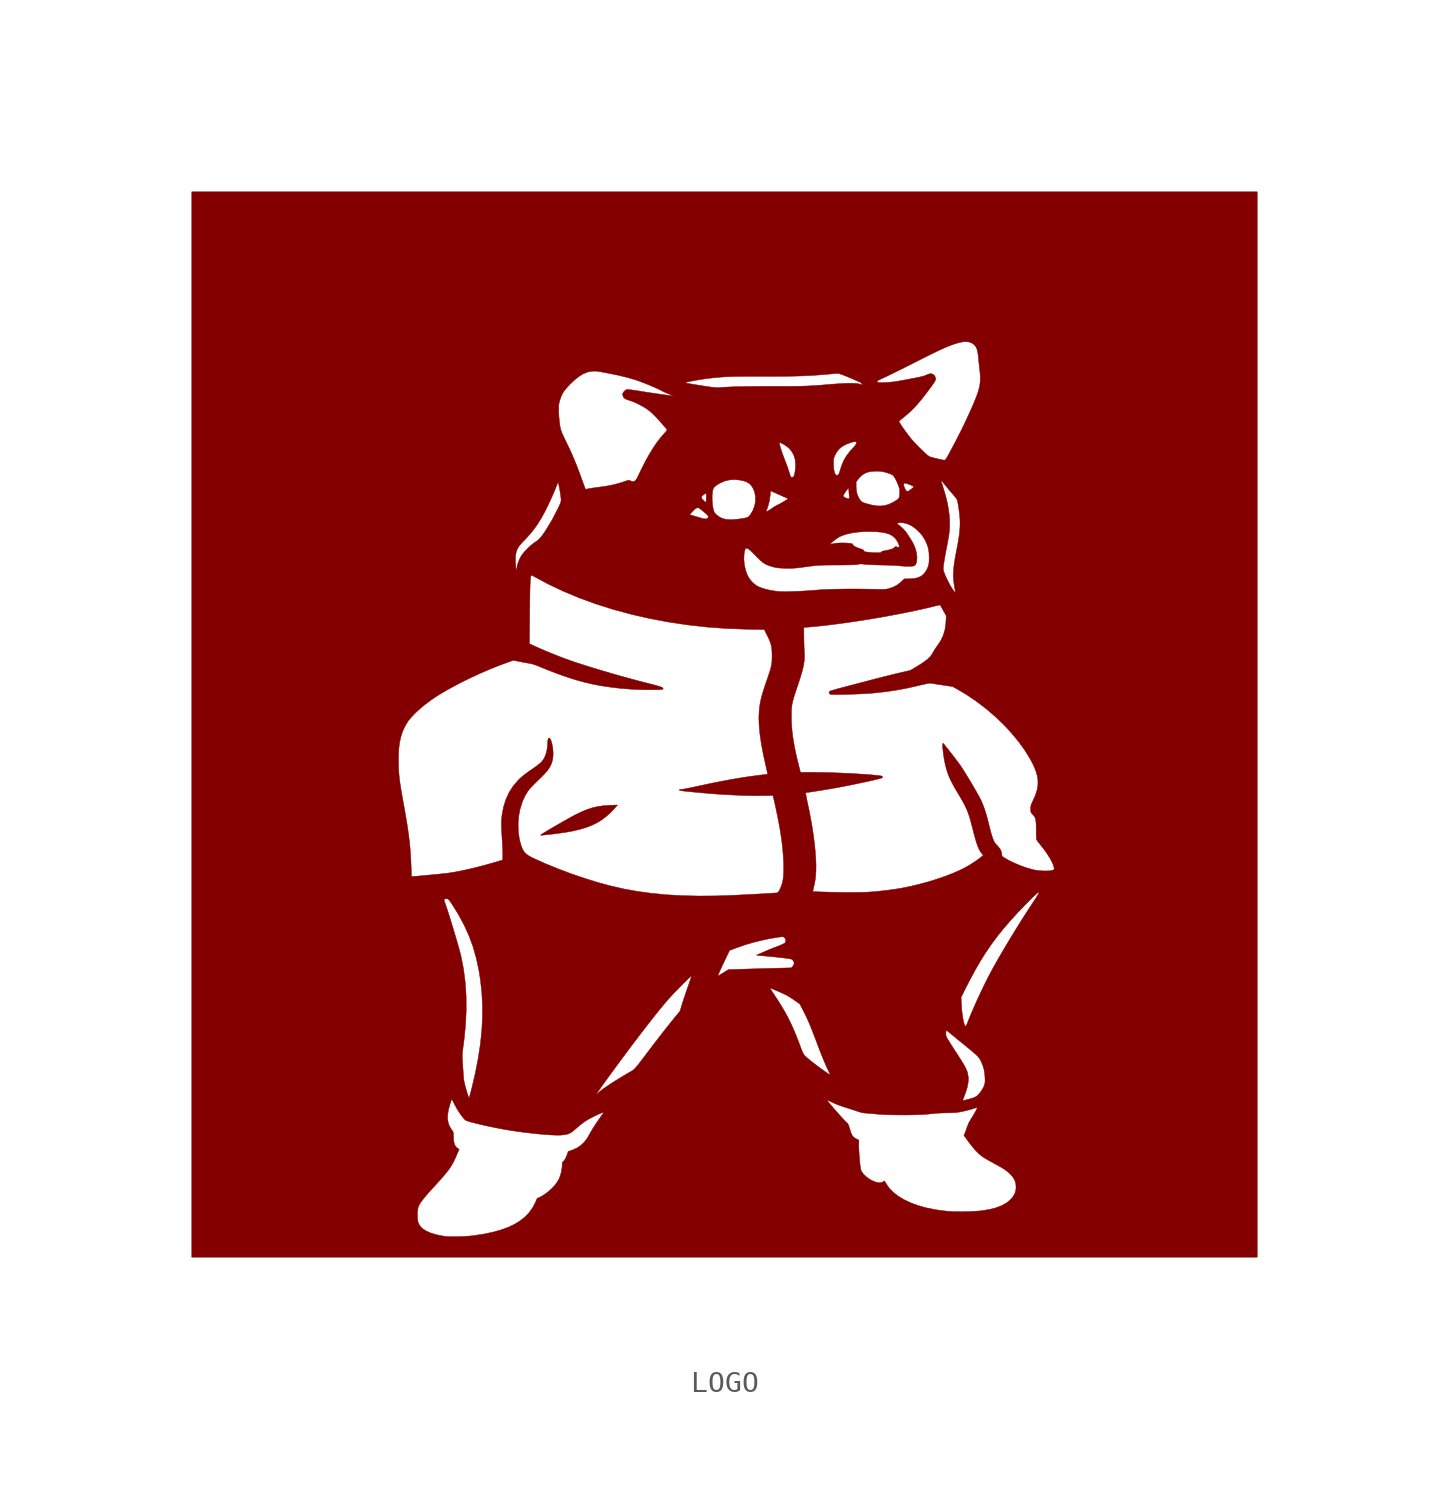
<source format=kicad_sym>
(kicad_symbol_lib
  (version 20220914)
  (generator bitmap2component)
  (symbol "LOGO"
    (pin_names
      (offset 1.016))
    (property "Reference" "#G"
      (at 0 24.374 0)
      (effects (font (size 1.27 1.27)) hide))
    (symbol "LOGO_0_0"
      (polyline (pts (xy 25.009 0) (xy 25.009 25.009) (xy 0 25.009) (xy -25.009 25.009) (xy -25.009 14.849) (xy -7.788 14.849) (xy -7.786 14.943) (xy -7.778 15.021) (xy -7.764 15.095) (xy -7.744 15.177) (xy -7.73 15.225) (xy -7.672 15.398) (xy -7.603 15.543) (xy -7.513 15.679) (xy -7.393 15.822) (xy -7.247 15.978) (xy -7.033 16.181) (xy -6.83 16.342) (xy -6.635 16.461) (xy -6.443 16.541) (xy -6.25 16.584) (xy -6.054 16.591) (xy -5.849 16.565) (xy -5.839 16.563) (xy -5.753 16.546) (xy -5.635 16.523) (xy -5.499 16.498) (xy -5.361 16.472) (xy -4.956 16.389) (xy -4.547 16.288) (xy -4.169 16.177) (xy -4.13 16.164) (xy -3.969 16.107) (xy -3.817 16.049) (xy -1.838 16.049) (xy -1.831 16.054) (xy -1.782 16.07) (xy -1.696 16.091) (xy -1.579 16.115) (xy -1.44 16.142) (xy -1.287 16.169) (xy -1.127 16.196) (xy -0.968 16.22) (xy -0.818 16.241) (xy -0.761 16.248) (xy -0.58 16.27) (xy -0.406 16.288) (xy -0.234 16.303) (xy -0.059 16.316) (xy 0.126 16.326) (xy 0.326 16.333) (xy 0.546 16.339) (xy 0.792 16.343) (xy 1.071 16.345) (xy 1.387 16.345) (xy 1.746 16.344) (xy 1.841 16.344) (xy 2.245 16.344) (xy 2.608 16.345) (xy 2.935 16.348) (xy 3.234 16.354) (xy 3.51 16.361) (xy 3.77 16.37) (xy 4.02 16.383) (xy 4.266 16.398) (xy 4.514 16.416) (xy 4.771 16.437) (xy 5.336 16.486) (xy 5.495 16.433) (xy 5.51 16.428) (xy 5.6 16.395) (xy 5.718 16.348) (xy 5.851 16.294) (xy 5.984 16.237) (xy 6.031 16.216) (xy 6.148 16.165) (xy 6.231 16.129) (xy 7.159 16.129) (xy 7.174 16.137) (xy 7.228 16.163) (xy 7.313 16.204) (xy 7.422 16.255) (xy 7.547 16.313) (xy 7.579 16.328) (xy 7.697 16.385) (xy 7.851 16.459) (xy 8.03 16.548) (xy 8.23 16.647) (xy 8.443 16.753) (xy 8.661 16.863) (xy 8.878 16.972) (xy 9.083 17.076) (xy 9.367 17.219) (xy 9.614 17.343) (xy 9.83 17.449) (xy 10.017 17.539) (xy 10.18 17.615) (xy 10.323 17.68) (xy 10.451 17.735) (xy 10.567 17.781) (xy 10.676 17.822) (xy 10.781 17.859) (xy 10.789 17.861) (xy 11.002 17.925) (xy 11.181 17.962) (xy 11.333 17.974) (xy 11.464 17.96) (xy 11.582 17.921) (xy 11.667 17.874) (xy 11.751 17.802) (xy 11.815 17.709) (xy 11.863 17.587) (xy 11.896 17.43) (xy 11.92 17.23) (xy 11.931 17.114) (xy 11.947 16.954) (xy 11.966 16.786) (xy 11.983 16.632) (xy 12.002 16.441) (xy 12.01 16.256) (xy 12.004 16.083) (xy 11.981 15.913) (xy 11.942 15.737) (xy 11.883 15.546) (xy 11.802 15.33) (xy 11.7 15.081) (xy 11.575 14.793) (xy 11.35 14.3) (xy 11.109 13.801) (xy 10.846 13.285) (xy 10.557 12.743) (xy 10.524 12.683) (xy 10.46 12.569) (xy 10.411 12.49) (xy 10.375 12.441) (xy 10.346 12.416) (xy 10.322 12.409) (xy 10.28 12.415) (xy 10.196 12.431) (xy 10.088 12.454) (xy 9.969 12.482) (xy 9.85 12.512) (xy 9.743 12.54) (xy 9.66 12.565) (xy 9.614 12.582) (xy 9.565 12.615) (xy 9.488 12.679) (xy 9.391 12.767) (xy 9.28 12.871) (xy 9.163 12.985) (xy 9.046 13.103) (xy 8.936 13.218) (xy 8.839 13.323) (xy 8.763 13.412) (xy 8.733 13.45) (xy 8.636 13.575) (xy 8.539 13.704) (xy 8.446 13.832) (xy 8.361 13.953) (xy 8.289 14.06) (xy 8.234 14.147) (xy 8.2 14.208) (xy 8.192 14.236) (xy 8.193 14.237) (xy 8.219 14.262) (xy 8.274 14.31) (xy 8.352 14.375) (xy 8.445 14.45) (xy 8.484 14.481) (xy 8.686 14.656) (xy 8.881 14.845) (xy 9.076 15.058) (xy 9.278 15.3) (xy 9.494 15.579) (xy 9.559 15.666) (xy 9.655 15.796) (xy 9.74 15.912) (xy 9.809 16.009) (xy 9.858 16.078) (xy 9.882 16.116) (xy 9.912 16.203) (xy 9.903 16.3) (xy 9.846 16.392) (xy 9.784 16.445) (xy 9.7 16.47) (xy 9.598 16.457) (xy 9.472 16.406) (xy 9.457 16.399) (xy 9.417 16.382) (xy 9.368 16.365) (xy 9.306 16.347) (xy 9.226 16.327) (xy 9.124 16.304) (xy 8.996 16.278) (xy 8.837 16.247) (xy 8.643 16.21) (xy 8.41 16.167) (xy 8.133 16.116) (xy 8.02 16.099) (xy 7.864 16.08) (xy 7.699 16.064) (xy 7.546 16.054) (xy 7.474 16.051) (xy 7.36 16.047) (xy 7.282 16.048) (xy 7.232 16.053) (xy 7.202 16.064) (xy 7.183 16.08) (xy 7.164 16.106) (xy 7.159 16.129) (xy 6.231 16.129) (xy 6.25 16.12) (xy 6.326 16.088) (xy 6.367 16.07) (xy 6.379 16.064) (xy 6.415 16.033) (xy 6.45 15.995) (xy 6.471 15.962) (xy 6.467 15.949) (xy 6.456 15.951) (xy 6.409 15.964) (xy 6.34 15.985) (xy 6.328 15.989) (xy 6.216 16.008) (xy 6.058 16.018) (xy 5.857 16.02) (xy 5.616 16.013) (xy 5.336 15.997) (xy 5.019 15.973) (xy 4.894 15.962) (xy 4.67 15.944) (xy 4.469 15.928) (xy 4.285 15.914) (xy 4.111 15.904) (xy 3.942 15.895) (xy 3.769 15.888) (xy 3.587 15.883) (xy 3.39 15.88) (xy 3.17 15.877) (xy 2.92 15.876) (xy 2.635 15.875) (xy 2.308 15.875) (xy 2.127 15.875) (xy 1.844 15.874) (xy 1.565 15.872) (xy 1.296 15.87) (xy 1.044 15.867) (xy 0.814 15.863) (xy 0.615 15.86) (xy 0.451 15.855) (xy 0.33 15.851) (xy 0.297 15.85) (xy 0.138 15.842) (xy -0.011 15.834) (xy -0.138 15.827) (xy -0.235 15.82) (xy -0.293 15.816) (xy -0.358 15.815) (xy -0.459 15.822) (xy -0.58 15.834) (xy -0.708 15.851) (xy -0.816 15.867) (xy -1.082 15.909) (xy -1.303 15.944) (xy -1.483 15.973) (xy -1.622 15.997) (xy -1.725 16.016) (xy -1.794 16.031) (xy -1.83 16.042) (xy -1.838 16.049) (xy -3.817 16.049) (xy -3.788 16.038) (xy -3.597 15.962) (xy -3.408 15.883) (xy -3.232 15.806) (xy -3.079 15.735) (xy -2.962 15.675) (xy -2.934 15.66) (xy -2.817 15.603) (xy -2.683 15.544) (xy -2.558 15.494) (xy -2.489 15.468) (xy -2.428 15.441) (xy -2.403 15.426) (xy -2.418 15.424) (xy -2.463 15.43) (xy -2.55 15.442) (xy -2.668 15.458) (xy -2.806 15.477) (xy -2.955 15.497) (xy -3.046 15.51) (xy -3.249 15.539) (xy -3.467 15.571) (xy -3.682 15.604) (xy -3.871 15.634) (xy -4.015 15.657) (xy -4.165 15.68) (xy -4.299 15.699) (xy -4.406 15.714) (xy -4.475 15.722) (xy -4.553 15.727) (xy -4.606 15.721) (xy -4.649 15.697) (xy -4.701 15.648) (xy -4.726 15.622) (xy -4.775 15.547) (xy -4.782 15.473) (xy -4.75 15.386) (xy -4.733 15.356) (xy -4.699 15.316) (xy -4.65 15.283) (xy -4.574 15.252) (xy -4.461 15.215) (xy -4.31 15.162) (xy -4.099 15.07) (xy -3.885 14.96) (xy -3.686 14.842) (xy -3.633 14.806) (xy -3.515 14.715) (xy -3.388 14.603) (xy -3.248 14.466) (xy -3.092 14.3) (xy -2.916 14.102) (xy -2.715 13.867) (xy -2.708 13.857) (xy -2.7 13.832) (xy -2.712 13.801) (xy -2.748 13.753) (xy -2.814 13.68) (xy -2.833 13.66) (xy -3.01 13.453) (xy -3.183 13.227) (xy -3.201 13.201) (xy 2.575 13.201) (xy 2.575 13.232) (xy 2.583 13.236) (xy 2.628 13.227) (xy 2.698 13.197) (xy 2.783 13.149) (xy 2.874 13.091) (xy 2.961 13.028) (xy 3.034 12.965) (xy 3.151 12.829) (xy 3.253 12.648) (xy 3.315 12.442) (xy 3.33 12.288) (xy 5.117 12.288) (xy 5.119 12.39) (xy 5.126 12.465) (xy 5.141 12.529) (xy 5.168 12.596) (xy 5.209 12.682) (xy 5.271 12.793) (xy 5.38 12.931) (xy 5.516 13.046) (xy 5.687 13.143) (xy 5.898 13.226) (xy 6.027 13.264) (xy 6.126 13.278) (xy 6.184 13.266) (xy 6.202 13.228) (xy 6.178 13.163) (xy 6.113 13.071) (xy 6.008 12.953) (xy 5.882 12.815) (xy 5.729 12.616) (xy 5.607 12.409) (xy 5.508 12.182) (xy 5.424 11.92) (xy 5.419 11.904) (xy 5.391 11.817) (xy 5.364 11.751) (xy 5.343 11.719) (xy 5.28 11.699) (xy 5.225 11.724) (xy 5.18 11.792) (xy 5.147 11.902) (xy 5.125 12.051) (xy 5.118 12.237) (xy 5.117 12.288) (xy 3.33 12.288) (xy 3.338 12.21) (xy 3.322 11.949) (xy 3.314 11.889) (xy 3.296 11.786) (xy 3.276 11.704) (xy 3.258 11.656) (xy 3.211 11.613) (xy 3.156 11.603) (xy 3.11 11.632) (xy 3.106 11.638) (xy 3.086 11.685) (xy 3.06 11.763) (xy 3.032 11.857) (xy 3.027 11.874) (xy 2.994 11.978) (xy 2.948 12.109) (xy 2.896 12.252) (xy 2.841 12.391) (xy 2.813 12.465) (xy 2.756 12.617) (xy 2.702 12.767) (xy 2.655 12.908) (xy 2.617 13.032) (xy 2.589 13.132) (xy 2.575 13.201) (xy -3.201 13.201) (xy -3.353 12.977) (xy -3.523 12.699) (xy -3.697 12.387) (xy -3.876 12.037) (xy -4.065 11.644) (xy -4.127 11.526) (xy -4.19 11.446) (xy -4.256 11.408) (xy -4.332 11.408) (xy -4.422 11.443) (xy -4.456 11.458) (xy -4.492 11.465) (xy -4.538 11.459) (xy -4.606 11.44) (xy -4.708 11.405) (xy -4.887 11.345) (xy -5.16 11.269) (xy -5.445 11.209) (xy -5.761 11.16) (xy -5.82 11.152) (xy -5.965 11.133) (xy -6.1 11.114) (xy -6.212 11.098) (xy -6.289 11.086) (xy -6.356 11.074) (xy -6.431 11.06) (xy -6.476 11.049) (xy -6.499 11.046) (xy -6.53 11.059) (xy -6.541 11.083) (xy -6.565 11.147) (xy -6.601 11.241) (xy -6.644 11.36) (xy -6.693 11.493) (xy -6.818 11.835) (xy -6.939 12.152) (xy -7.056 12.44) (xy -7.171 12.71) (xy -7.29 12.971) (xy -7.417 13.234) (xy -7.435 13.272) (xy -7.515 13.436) (xy -7.577 13.567) (xy -7.623 13.672) (xy -7.658 13.761) (xy -7.683 13.84) (xy -7.703 13.918) (xy -7.721 14.003) (xy -7.723 14.018) (xy -7.742 14.144) (xy -7.759 14.298) (xy -7.773 14.461) (xy -7.782 14.617) (xy -7.786 14.728) (xy -7.788 14.849) (xy -25.009 14.849) (xy -25.009 7.814) (xy -9.816 7.814) (xy -9.809 7.924) (xy -9.794 8.021) (xy -9.77 8.114) (xy -9.764 8.132) (xy -9.732 8.218) (xy -9.693 8.297) (xy -9.64 8.378) (xy -9.567 8.469) (xy -9.47 8.576) (xy -9.342 8.708) (xy -9.29 8.763) (xy -9.095 8.978) (xy -8.918 9.202) (xy -8.751 9.444) (xy -8.586 9.715) (xy -8.417 10.023) (xy -8.403 10.051) (xy -8.304 10.25) (xy -8.197 10.475) (xy -8.092 10.709) (xy -7.994 10.936) (xy -7.912 11.137) (xy -7.895 11.182) (xy -7.859 11.269) (xy -7.831 11.334) (xy -7.815 11.364) (xy -7.812 11.363) (xy -7.799 11.33) (xy -7.782 11.261) (xy -7.762 11.166) (xy -7.741 11.054) (xy -7.72 10.934) (xy -7.701 10.814) (xy -7.686 10.703) (xy -7.682 10.672) (xy -1.084 10.672) (xy -1.058 10.721) (xy -0.993 10.777) (xy -0.959 10.803) (xy -0.906 10.839) (xy -0.875 10.847) (xy -0.86 10.822) (xy -0.855 10.758) (xy -0.855 10.65) (xy -0.855 10.6) (xy -0.858 10.542) (xy -0.58 10.542) (xy -0.58 10.741) (xy -0.564 10.917) (xy -0.555 10.972) (xy -0.535 11.054) (xy -0.504 11.117) (xy -0.453 11.173) (xy -0.376 11.231) (xy -0.263 11.302) (xy -0.222 11.326) (xy 0.003 11.428) (xy 0.24 11.485) (xy 0.492 11.498) (xy 0.765 11.468) (xy 0.852 11.45) (xy 1.018 11.398) (xy 1.027 11.393) (xy 6.179 11.393) (xy 6.29 11.535) (xy 6.396 11.653) (xy 6.537 11.764) (xy 6.698 11.838) (xy 6.885 11.88) (xy 7.105 11.893) (xy 7.178 11.893) (xy 7.323 11.885) (xy 7.45 11.866) (xy 7.581 11.833) (xy 7.736 11.781) (xy 7.782 11.765) (xy 7.858 11.732) (xy 7.91 11.698) (xy 7.952 11.649) (xy 8 11.575) (xy 8.006 11.563) (xy 8.057 11.467) (xy 10.165 11.467) (xy 10.165 11.467) (xy 10.184 11.449) (xy 10.228 11.401) (xy 10.288 11.328) (xy 10.361 11.239) (xy 10.423 11.162) (xy 10.527 11.036) (xy 10.633 10.911) (xy 10.723 10.807) (xy 10.777 10.745) (xy 10.845 10.663) (xy 10.895 10.596) (xy 10.92 10.554) (xy 10.925 10.541) (xy 10.944 10.463) (xy 10.966 10.35) (xy 10.988 10.212) (xy 11.01 10.06) (xy 11.029 9.905) (xy 11.044 9.757) (xy 11.054 9.626) (xy 11.059 9.478) (xy 11.055 9.284) (xy 11.04 9.076) (xy 11.013 8.847) (xy 10.972 8.588) (xy 10.917 8.292) (xy 10.901 8.212) (xy 10.848 7.929) (xy 10.806 7.685) (xy 10.775 7.472) (xy 10.755 7.285) (xy 10.745 7.115) (xy 10.744 6.957) (xy 10.753 6.804) (xy 10.77 6.648) (xy 10.795 6.483) (xy 10.795 6.482) (xy 10.814 6.371) (xy 10.828 6.278) (xy 10.836 6.214) (xy 10.838 6.189) (xy 10.837 6.189) (xy 10.818 6.207) (xy 10.779 6.254) (xy 10.727 6.321) (xy 10.716 6.337) (xy 10.65 6.44) (xy 10.573 6.572) (xy 10.495 6.722) (xy 10.419 6.875) (xy 10.355 7.019) (xy 10.308 7.141) (xy 10.3 7.162) (xy 10.281 7.224) (xy 10.272 7.279) (xy 10.271 7.342) (xy 10.278 7.425) (xy 10.293 7.543) (xy 10.308 7.643) (xy 10.331 7.785) (xy 10.36 7.949) (xy 10.392 8.122) (xy 10.425 8.292) (xy 10.443 8.381) (xy 10.488 8.617) (xy 10.522 8.817) (xy 10.547 8.991) (xy 10.563 9.147) (xy 10.571 9.294) (xy 10.572 9.441) (xy 10.568 9.596) (xy 10.553 9.822) (xy 10.512 10.136) (xy 10.449 10.464) (xy 10.36 10.814) (xy 10.243 11.194) (xy 10.212 11.291) (xy 10.185 11.38) (xy 10.168 11.442) (xy 10.165 11.467) (xy 8.057 11.467) (xy 8.059 11.464) (xy 8.115 11.345) (xy 8.147 11.264) (xy 8.41 11.264) (xy 8.423 11.316) (xy 8.468 11.332) (xy 8.491 11.329) (xy 8.553 11.312) (xy 8.634 11.283) (xy 8.721 11.25) (xy 8.8 11.216) (xy 8.859 11.186) (xy 8.884 11.167) (xy 8.884 11.167) (xy 8.87 11.141) (xy 8.825 11.097) (xy 8.76 11.043) (xy 8.691 10.993) (xy 8.629 10.956) (xy 8.592 10.942) (xy 8.544 10.961) (xy 8.492 11.028) (xy 8.44 11.144) (xy 8.428 11.177) (xy 8.41 11.264) (xy 8.147 11.264) (xy 8.162 11.229) (xy 8.175 11.19) (xy 8.207 11.094) (xy 8.223 11.016) (xy 8.227 10.935) (xy 8.223 10.832) (xy 8.219 10.772) (xy 8.21 10.694) (xy 8.195 10.643) (xy 8.171 10.607) (xy 8.131 10.57) (xy 8.099 10.545) (xy 7.985 10.472) (xy 7.848 10.399) (xy 7.708 10.337) (xy 7.582 10.295) (xy 7.506 10.278) (xy 7.325 10.259) (xy 7.128 10.267) (xy 6.908 10.305) (xy 6.657 10.372) (xy 6.578 10.397) (xy 6.499 10.427) (xy 6.445 10.456) (xy 6.404 10.493) (xy 6.364 10.545) (xy 6.307 10.634) (xy 6.234 10.791) (xy 6.194 10.962) (xy 6.18 11.161) (xy 6.179 11.393) (xy 1.027 11.393) (xy 1.148 11.326) (xy 1.252 11.227) (xy 1.337 11.097) (xy 1.408 10.927) (xy 1.452 10.712) (xy 1.454 10.488) (xy 1.414 10.264) (xy 1.332 10.047) (xy 1.306 10.003) (xy 1.959 10.003) (xy 1.965 10.031) (xy 2.038 10.232) (xy 2.108 10.494) (xy 2.141 10.733) (xy 2.146 10.794) (xy 2.154 10.883) (xy 2.162 10.943) (xy 2.169 10.966) (xy 2.192 10.957) (xy 2.252 10.932) (xy 2.337 10.894) (xy 2.44 10.848) (xy 2.526 10.809) (xy 2.648 10.755) (xy 2.708 10.729) (xy 5.568 10.729) (xy 5.575 10.751) (xy 5.604 10.805) (xy 5.648 10.876) (xy 5.699 10.951) (xy 5.748 11.02) (xy 5.789 11.069) (xy 5.813 11.088) (xy 5.815 11.088) (xy 5.831 11.063) (xy 5.837 11.009) (xy 5.839 10.954) (xy 5.845 10.863) (xy 5.853 10.764) (xy 5.857 10.721) (xy 5.862 10.652) (xy 5.857 10.616) (xy 5.841 10.602) (xy 5.81 10.601) (xy 5.776 10.605) (xy 5.709 10.628) (xy 5.641 10.662) (xy 5.589 10.698) (xy 5.568 10.729) (xy 2.708 10.729) (xy 2.757 10.707) (xy 2.839 10.672) (xy 2.905 10.643) (xy 2.959 10.615) (xy 2.98 10.596) (xy 2.96 10.576) (xy 2.905 10.538) (xy 2.823 10.487) (xy 2.721 10.428) (xy 2.608 10.367) (xy 2.491 10.307) (xy 2.408 10.262) (xy 2.297 10.196) (xy 2.205 10.133) (xy 2.14 10.087) (xy 2.066 10.04) (xy 2.013 10.013) (xy 1.98 10.002) (xy 1.959 10.003) (xy 1.306 10.003) (xy 1.21 9.844) (xy 1.195 9.825) (xy 1.154 9.777) (xy 1.107 9.742) (xy 1.047 9.714) (xy 0.964 9.692) (xy 0.85 9.671) (xy 0.696 9.649) (xy 0.59 9.636) (xy 0.367 9.617) (xy 0.179 9.619) (xy 0.017 9.642) (xy -0.125 9.687) (xy -0.256 9.757) (xy -0.382 9.853) (xy -0.413 9.881) (xy -0.462 9.937) (xy -0.495 10.006) (xy -0.525 10.104) (xy -0.538 10.159) (xy -0.566 10.341) (xy -0.58 10.542) (xy -0.858 10.542) (xy -0.859 10.512) (xy -0.866 10.451) (xy -0.874 10.429) (xy -0.894 10.44) (xy -0.939 10.478) (xy -0.997 10.534) (xy -1.014 10.552) (xy -1.069 10.619) (xy -1.084 10.672) (xy -7.682 10.672) (xy -7.676 10.612) (xy -7.673 10.563) (xy -7.674 10.507) (xy -7.683 10.453) (xy -7.705 10.388) (xy -7.742 10.302) (xy -7.797 10.183) (xy -7.818 10.139) (xy -7.968 9.85) (xy -1.636 9.85) (xy -1.505 9.999) (xy -1.433 10.073) (xy -1.357 10.137) (xy -1.298 10.169) (xy -1.268 10.176) (xy -1.232 10.174) (xy -1.19 10.155) (xy -1.133 10.115) (xy -1.048 10.047) (xy -0.948 9.964) (xy -0.856 9.886) (xy -0.796 9.827) (xy -0.764 9.783) (xy -0.756 9.748) (xy -0.767 9.718) (xy -0.795 9.685) (xy -0.829 9.662) (xy -0.893 9.651) (xy -0.984 9.662) (xy -1.111 9.695) (xy -1.211 9.726) (xy -1.331 9.761) (xy -1.447 9.795) (xy -1.636 9.85) (xy -7.968 9.85) (xy -8.091 9.612) (xy -8.388 9.122) (xy -8.406 9.093) (xy -8.502 8.951) (xy -8.582 8.841) (xy -8.655 8.754) (xy -8.726 8.684) (xy -8.805 8.62) (xy -8.898 8.555) (xy -8.97 8.504) (xy -9.015 8.467) (xy 4.983 8.467) (xy 4.991 8.493) (xy 5.032 8.539) (xy 5.096 8.598) (xy 5.176 8.663) (xy 5.264 8.727) (xy 5.351 8.784) (xy 5.429 8.827) (xy 5.52 8.867) (xy 5.754 8.943) (xy 6.025 9.001) (xy 6.329 9.039) (xy 6.658 9.057) (xy 7.009 9.054) (xy 7.081 9.051) (xy 7.334 9.031) (xy 7.545 8.995) (xy 7.72 8.943) (xy 7.864 8.87) (xy 7.982 8.776) (xy 8.079 8.657) (xy 8.16 8.511) (xy 8.17 8.489) (xy 8.195 8.416) (xy 8.206 8.361) (xy 8.206 8.348) (xy 8.198 8.324) (xy 8.169 8.32) (xy 8.107 8.334) (xy 8.097 8.337) (xy 8.036 8.348) (xy 8 8.339) (xy 7.971 8.308) (xy 7.934 8.274) (xy 7.842 8.232) (xy 7.702 8.193) (xy 7.516 8.156) (xy 7.443 8.141) (xy 7.374 8.118) (xy 7.351 8.094) (xy 7.346 8.08) (xy 7.316 8.068) (xy 7.253 8.063) (xy 7.15 8.063) (xy 7.129 8.064) (xy 7.025 8.067) (xy 6.934 8.071) (xy 6.875 8.076) (xy 6.846 8.079) (xy 6.764 8.088) (xy 6.674 8.098) (xy 6.667 8.099) (xy 6.593 8.111) (xy 6.555 8.128) (xy 6.545 8.156) (xy 6.538 8.177) (xy 6.506 8.202) (xy 6.441 8.231) (xy 6.335 8.266) (xy 6.275 8.286) (xy 6.139 8.344) (xy 6.049 8.407) (xy 6.003 8.476) (xy 5.998 8.482) (xy 5.954 8.497) (xy 5.875 8.509) (xy 5.768 8.517) (xy 5.645 8.522) (xy 5.514 8.524) (xy 5.386 8.521) (xy 5.268 8.515) (xy 5.172 8.505) (xy 5.105 8.49) (xy 5.07 8.479) (xy 5.012 8.465) (xy 4.983 8.466) (xy 4.983 8.467) (xy -9.015 8.467) (xy -9.102 8.396) (xy -9.236 8.271) (xy -9.363 8.141) (xy -9.47 8.015) (xy -9.546 7.905) (xy -9.578 7.849) (xy -9.622 7.758) (xy 0.909 7.758) (xy 0.921 8.005) (xy 0.928 8.052) (xy 0.947 8.16) (xy 0.971 8.233) (xy 1.005 8.273) (xy 1.051 8.278) (xy 1.115 8.248) (xy 1.199 8.182) (xy 1.307 8.081) (xy 1.444 7.943) (xy 1.466 7.92) (xy 1.599 7.786) (xy 1.709 7.683) (xy 1.806 7.604) (xy 1.899 7.543) (xy 1.995 7.495) (xy 2.104 7.452) (xy 2.235 7.411) (xy 2.277 7.399) (xy 2.368 7.376) (xy 2.458 7.359) (xy 2.559 7.348) (xy 2.684 7.34) (xy 2.845 7.334) (xy 2.861 7.334) (xy 2.993 7.331) (xy 3.108 7.331) (xy 3.219 7.335) (xy 3.335 7.344) (xy 3.467 7.357) (xy 3.626 7.377) (xy 3.822 7.403) (xy 3.827 7.404) (xy 3.982 7.425) (xy 4.114 7.442) (xy 4.231 7.455) (xy 4.341 7.466) (xy 4.452 7.473) (xy 4.572 7.479) (xy 4.708 7.482) (xy 4.87 7.484) (xy 5.064 7.486) (xy 5.3 7.487) (xy 5.439 7.487) (xy 5.683 7.489) (xy 5.882 7.493) (xy 6.038 7.497) (xy 6.155 7.503) (xy 6.236 7.511) (xy 6.281 7.52) (xy 6.306 7.527) (xy 6.372 7.537) (xy 6.457 7.535) (xy 6.574 7.521) (xy 6.618 7.516) (xy 6.725 7.508) (xy 6.865 7.501) (xy 7.029 7.494) (xy 7.207 7.489) (xy 7.388 7.485) (xy 7.494 7.484) (xy 7.675 7.479) (xy 7.847 7.473) (xy 7.999 7.466) (xy 8.122 7.459) (xy 8.206 7.451) (xy 8.235 7.448) (xy 8.368 7.436) (xy 8.516 7.428) (xy 8.652 7.425) (xy 8.697 7.425) (xy 8.814 7.431) (xy 8.894 7.447) (xy 8.948 7.48) (xy 8.983 7.533) (xy 9.01 7.612) (xy 9.022 7.66) (xy 9.038 7.847) (xy 9.015 8.052) (xy 8.957 8.268) (xy 8.865 8.487) (xy 8.74 8.703) (xy 8.738 8.705) (xy 8.677 8.798) (xy 8.618 8.89) (xy 8.574 8.96) (xy 8.509 9.052) (xy 8.412 9.163) (xy 8.303 9.268) (xy 8.2 9.348) (xy 8.149 9.385) (xy 8.115 9.422) (xy 8.123 9.448) (xy 8.172 9.467) (xy 8.266 9.478) (xy 8.407 9.466) (xy 8.562 9.427) (xy 8.716 9.365) (xy 8.831 9.299) (xy 9.006 9.167) (xy 9.171 9.007) (xy 9.314 8.828) (xy 9.424 8.645) (xy 9.484 8.514) (xy 9.544 8.353) (xy 9.583 8.196) (xy 9.602 8.027) (xy 9.607 7.828) (xy 9.607 7.739) (xy 9.602 7.625) (xy 9.592 7.537) (xy 9.576 7.463) (xy 9.55 7.388) (xy 9.488 7.25) (xy 9.385 7.097) (xy 9.256 6.981) (xy 9.1 6.901) (xy 8.91 6.855) (xy 8.685 6.839) (xy 8.444 6.838) (xy 8.291 6.695) (xy 8.267 6.673) (xy 8.104 6.547) (xy 7.926 6.452) (xy 7.718 6.381) (xy 7.692 6.375) (xy 7.63 6.361) (xy 7.562 6.352) (xy 7.479 6.347) (xy 7.374 6.345) (xy 7.236 6.346) (xy 7.058 6.349) (xy 6.973 6.351) (xy 6.502 6.359) (xy 6.051 6.362) (xy 5.623 6.36) (xy 5.224 6.353) (xy 4.86 6.342) (xy 4.534 6.326) (xy 4.253 6.305) (xy 4.058 6.289) (xy 3.842 6.275) (xy 3.618 6.262) (xy 3.395 6.252) (xy 3.179 6.244) (xy 2.981 6.238) (xy 2.807 6.236) (xy 2.665 6.238) (xy 2.564 6.243) (xy 2.546 6.244) (xy 2.303 6.275) (xy 2.07 6.319) (xy 1.856 6.374) (xy 1.671 6.438) (xy 1.526 6.508) (xy 1.489 6.531) (xy 1.355 6.636) (xy 1.231 6.765) (xy 1.135 6.898) (xy 1.072 7.021) (xy 0.987 7.252) (xy 0.932 7.503) (xy 0.909 7.758) (xy -9.622 7.758) (xy -9.644 7.712) (xy -9.697 7.575) (xy -9.732 7.45) (xy -9.745 7.352) (xy -9.747 7.292) (xy -9.755 7.249) (xy -9.766 7.247) (xy -9.779 7.284) (xy -9.792 7.354) (xy -9.802 7.454) (xy -9.806 7.508) (xy -9.815 7.678) (xy -9.816 7.814) (xy -25.009 7.814) (xy -25.009 0) (xy -25.009 -1.513) (xy -15.308 -1.513) (xy -15.293 -1.174) (xy -15.257 -0.87) (xy -15.199 -0.595) (xy -15.118 -0.343) (xy -15.013 -0.108) (xy -14.883 0.115) (xy -14.828 0.192) (xy -14.685 0.364) (xy -14.507 0.548) (xy -14.298 0.739) (xy -14.066 0.932) (xy -13.816 1.12) (xy -13.555 1.299) (xy -13.454 1.364) (xy -13.109 1.571) (xy -12.729 1.783) (xy -12.32 1.996) (xy -11.894 2.205) (xy -11.457 2.406) (xy -11.02 2.595) (xy -10.589 2.768) (xy -10.176 2.92) (xy -9.911 3.013) (xy -9.59 2.948) (xy -9.582 2.946) (xy -9.449 2.921) (xy -9.32 2.897) (xy -9.21 2.878) (xy -9.134 2.867) (xy -9.133 2.867) (xy -9.055 2.85) (xy -8.945 2.817) (xy -8.817 2.771) (xy -8.682 2.718) (xy -8.392 2.598) (xy -7.914 2.411) (xy -7.464 2.25) (xy -7.033 2.111) (xy -6.615 1.994) (xy -6.2 1.896) (xy -5.783 1.816) (xy -5.354 1.752) (xy -4.907 1.7) (xy -4.433 1.661) (xy -4.368 1.657) (xy -4.187 1.647) (xy -3.997 1.639) (xy -3.803 1.634) (xy -3.612 1.63) (xy -3.432 1.629) (xy -3.267 1.63) (xy -3.126 1.633) (xy -3.013 1.638) (xy -2.937 1.646) (xy -2.902 1.655) (xy -2.898 1.66) (xy -2.883 1.683) (xy -2.884 1.704) (xy -2.905 1.726) (xy -2.951 1.75) (xy -3.024 1.778) (xy -3.13 1.81) (xy -3.271 1.85) (xy -3.452 1.897) (xy -3.676 1.954) (xy -3.819 1.99) (xy -4.27 2.108) (xy -4.747 2.239) (xy -5.236 2.378) (xy -5.727 2.522) (xy -6.207 2.667) (xy -6.662 2.81) (xy -7.083 2.947) (xy -7.198 2.987) (xy -7.472 3.085) (xy -7.769 3.198) (xy -8.078 3.321) (xy -8.384 3.447) (xy -8.676 3.572) (xy -8.939 3.69) (xy -9.16 3.793) (xy -9.147 5.273) (xy -9.146 5.351) (xy -9.143 5.686) (xy -9.139 5.976) (xy -9.135 6.223) (xy -9.13 6.431) (xy -9.124 6.601) (xy -9.117 6.738) (xy -9.109 6.843) (xy -9.1 6.92) (xy -9.089 6.972) (xy -9.077 7) (xy -9.063 7.009) (xy -9.063 7.009) (xy -9.032 6.996) (xy -8.969 6.964) (xy -8.881 6.917) (xy -8.778 6.86) (xy -8.276 6.593) (xy -7.562 6.254) (xy -6.812 5.941) (xy -6.03 5.657) (xy -5.218 5.401) (xy -4.38 5.174) (xy -3.519 4.977) (xy -2.638 4.811) (xy -1.742 4.677) (xy -0.832 4.575) (xy 0.088 4.507) (xy 1.014 4.473) (xy 1.868 4.457) (xy 2.008 4.176) (xy 2.018 4.156) (xy 2.098 3.987) (xy 2.156 3.844) (xy 2.194 3.71) (xy 2.218 3.572) (xy 2.229 3.415) (xy 2.233 3.224) (xy 2.233 3.21) (xy 2.231 3.087) (xy 2.227 2.978) (xy 2.218 2.878) (xy 2.202 2.778) (xy 2.178 2.67) (xy 2.144 2.547) (xy 2.098 2.401) (xy 2.039 2.224) (xy 1.964 2.009) (xy 1.887 1.783) (xy 1.814 1.555) (xy 1.756 1.356) (xy 1.71 1.177) (xy 1.675 1.008) (xy 1.648 0.843) (xy 1.627 0.653) (xy 1.617 0.411) (xy 3.139 0.411) (xy 3.14 0.555) (xy 3.144 0.679) (xy 3.152 0.792) (xy 3.165 0.9) (xy 3.186 1.011) (xy 3.215 1.132) (xy 3.254 1.269) (xy 3.304 1.432) (xy 3.368 1.625) (xy 3.445 1.858) (xy 3.492 1.999) (xy 3.572 2.249) (xy 3.635 2.464) (xy 3.684 2.652) (xy 3.719 2.82) (xy 3.741 2.975) (xy 3.752 3.124) (xy 3.754 3.273) (xy 3.747 3.432) (xy 3.745 3.468) (xy 3.738 3.622) (xy 3.732 3.8) (xy 3.728 3.983) (xy 3.726 4.152) (xy 3.724 4.555) (xy 3.944 4.573) (xy 4.223 4.597) (xy 4.69 4.646) (xy 5.191 4.707) (xy 5.717 4.777) (xy 6.261 4.858) (xy 6.814 4.945) (xy 7.369 5.04) (xy 7.916 5.139) (xy 8.449 5.242) (xy 8.958 5.347) (xy 9.437 5.453) (xy 9.876 5.559) (xy 9.948 5.577) (xy 10.037 5.597) (xy 10.099 5.61) (xy 10.123 5.612) (xy 10.137 5.59) (xy 10.169 5.534) (xy 10.215 5.452) (xy 10.271 5.353) (xy 10.411 5.1) (xy 10.397 4.84) (xy 10.39 4.74) (xy 10.348 4.449) (xy 10.271 4.187) (xy 10.157 3.944) (xy 10.003 3.712) (xy 9.985 3.689) (xy 9.908 3.579) (xy 9.835 3.464) (xy 9.779 3.365) (xy 9.731 3.283) (xy 9.653 3.182) (xy 9.55 3.081) (xy 9.417 2.975) (xy 9.249 2.859) (xy 9.041 2.729) (xy 8.731 2.542) (xy 8.194 2.418) (xy 8.162 2.411) (xy 7.989 2.369) (xy 7.784 2.319) (xy 7.556 2.262) (xy 7.319 2.202) (xy 7.084 2.142) (xy 6.863 2.084) (xy 6.82 2.072) (xy 6.594 2.013) (xy 6.356 1.95) (xy 6.119 1.888) (xy 5.893 1.829) (xy 5.691 1.776) (xy 5.524 1.732) (xy 5.438 1.71) (xy 5.287 1.669) (xy 5.156 1.631) (xy 5.05 1.6) (xy 4.976 1.576) (xy 4.944 1.562) (xy 4.942 1.56) (xy 4.911 1.508) (xy 4.922 1.455) (xy 4.972 1.416) (xy 4.981 1.414) (xy 5.037 1.409) (xy 5.133 1.407) (xy 5.263 1.406) (xy 5.42 1.408) (xy 5.598 1.411) (xy 5.79 1.416) (xy 5.989 1.422) (xy 6.19 1.429) (xy 6.386 1.437) (xy 6.569 1.446) (xy 6.735 1.456) (xy 6.877 1.466) (xy 7.146 1.491) (xy 7.644 1.548) (xy 8.129 1.623) (xy 8.619 1.716) (xy 9.132 1.833) (xy 9.177 1.844) (xy 9.324 1.878) (xy 9.455 1.907) (xy 9.561 1.928) (xy 9.635 1.94) (xy 9.67 1.942) (xy 9.674 1.941) (xy 9.72 1.933) (xy 9.804 1.919) (xy 9.918 1.9) (xy 10.056 1.879) (xy 10.209 1.855) (xy 10.71 1.78) (xy 10.953 1.645) (xy 11.365 1.4) (xy 11.823 1.091) (xy 12.267 0.752) (xy 12.691 0.39) (xy 13.092 0.008) (xy 13.463 -0.389) (xy 13.8 -0.795) (xy 14.099 -1.208) (xy 14.353 -1.621) (xy 14.363 -1.638) (xy 14.507 -1.917) (xy 14.614 -2.172) (xy 14.683 -2.409) (xy 14.716 -2.636) (xy 14.712 -2.859) (xy 14.672 -3.084) (xy 14.597 -3.317) (xy 14.487 -3.566) (xy 14.444 -3.654) (xy 14.407 -3.742) (xy 14.385 -3.813) (xy 14.375 -3.881) (xy 14.373 -3.962) (xy 14.373 -3.995) (xy 14.376 -4.072) (xy 14.39 -4.125) (xy 14.421 -4.172) (xy 14.476 -4.23) (xy 14.516 -4.276) (xy 14.561 -4.34) (xy 14.593 -4.414) (xy 14.614 -4.506) (xy 14.627 -4.622) (xy 14.633 -4.772) (xy 14.633 -4.963) (xy 14.633 -5.037) (xy 14.635 -5.167) (xy 14.639 -5.278) (xy 14.644 -5.36) (xy 14.651 -5.403) (xy 14.664 -5.427) (xy 14.705 -5.487) (xy 14.765 -5.566) (xy 14.835 -5.654) (xy 14.853 -5.676) (xy 15.008 -5.874) (xy 15.148 -6.071) (xy 15.268 -6.26) (xy 15.365 -6.436) (xy 15.434 -6.591) (xy 15.472 -6.719) (xy 15.473 -6.725) (xy 15.479 -6.782) (xy 15.46 -6.814) (xy 15.407 -6.841) (xy 15.364 -6.854) (xy 15.263 -6.868) (xy 15.133 -6.874) (xy 14.986 -6.874) (xy 14.833 -6.866) (xy 14.686 -6.851) (xy 14.557 -6.83) (xy 14.417 -6.797) (xy 14.15 -6.717) (xy 13.874 -6.617) (xy 13.603 -6.503) (xy 13.351 -6.38) (xy 13.133 -6.253) (xy 13.089 -6.224) (xy 13.042 -6.184) (xy 13.022 -6.143) (xy 13.017 -6.087) (xy 12.994 -5.956) (xy 12.924 -5.821) (xy 12.811 -5.69) (xy 12.8 -5.679) (xy 12.748 -5.625) (xy 12.702 -5.566) (xy 12.66 -5.498) (xy 12.621 -5.415) (xy 12.582 -5.312) (xy 12.54 -5.182) (xy 12.495 -5.021) (xy 12.444 -4.824) (xy 12.384 -4.584) (xy 12.335 -4.391) (xy 12.266 -4.149) (xy 12.197 -3.937) (xy 12.124 -3.743) (xy 12.042 -3.555) (xy 12.011 -3.493) (xy 11.951 -3.381) (xy 11.873 -3.24) (xy 11.78 -3.077) (xy 11.677 -2.9) (xy 11.568 -2.716) (xy 11.458 -2.532) (xy 11.35 -2.356) (xy 11.25 -2.194) (xy 11.161 -2.053) (xy 11.087 -1.942) (xy 11.06 -1.904) (xy 10.994 -1.814) (xy 10.909 -1.699) (xy 10.809 -1.568) (xy 10.702 -1.428) (xy 10.593 -1.288) (xy 10.489 -1.155) (xy 10.396 -1.038) (xy 10.32 -0.944) (xy 10.267 -0.881) (xy 10.264 -0.879) (xy 10.249 -0.885) (xy 10.242 -0.932) (xy 10.242 -1.014) (xy 10.249 -1.125) (xy 10.262 -1.259) (xy 10.281 -1.408) (xy 10.305 -1.568) (xy 10.334 -1.731) (xy 10.358 -1.85) (xy 10.412 -2.069) (xy 10.477 -2.276) (xy 10.557 -2.482) (xy 10.657 -2.694) (xy 10.781 -2.924) (xy 10.932 -3.182) (xy 10.954 -3.219) (xy 11.084 -3.436) (xy 11.192 -3.624) (xy 11.281 -3.793) (xy 11.357 -3.952) (xy 11.422 -4.11) (xy 11.481 -4.277) (xy 11.538 -4.464) (xy 11.597 -4.679) (xy 11.662 -4.932) (xy 11.713 -5.133) (xy 11.774 -5.356) (xy 11.829 -5.541) (xy 11.882 -5.693) (xy 11.932 -5.817) (xy 11.984 -5.919) (xy 12.039 -6.004) (xy 12.099 -6.077) (xy 12.15 -6.135) (xy 12.053 -6.219) (xy 11.973 -6.283) (xy 11.842 -6.378) (xy 11.689 -6.481) (xy 11.527 -6.584) (xy 11.367 -6.679) (xy 11.222 -6.758) (xy 11.043 -6.845) (xy 10.713 -6.988) (xy 10.35 -7.128) (xy 9.96 -7.262) (xy 9.555 -7.387) (xy 9.141 -7.5) (xy 8.729 -7.598) (xy 8.328 -7.679) (xy 8.133 -7.712) (xy 7.81 -7.76) (xy 7.47 -7.803) (xy 7.133 -7.838) (xy 6.818 -7.864) (xy 6.802 -7.865) (xy 6.626 -7.873) (xy 6.409 -7.879) (xy 6.159 -7.882) (xy 5.883 -7.883) (xy 5.589 -7.882) (xy 5.282 -7.878) (xy 4.972 -7.872) (xy 4.665 -7.863) (xy 4.626 -7.862) (xy 4.478 -7.857) (xy 4.349 -7.852) (xy 4.247 -7.848) (xy 4.178 -7.845) (xy 4.151 -7.843) (xy 4.149 -7.835) (xy 4.155 -7.791) (xy 4.17 -7.715) (xy 4.193 -7.619) (xy 4.196 -7.606) (xy 4.244 -7.381) (xy 4.276 -7.147) (xy 4.294 -6.896) (xy 4.298 -6.622) (xy 4.287 -6.316) (xy 4.262 -5.971) (xy 4.234 -5.678) (xy 4.174 -5.192) (xy 4.095 -4.683) (xy 3.996 -4.146) (xy 3.875 -3.572) (xy 3.858 -3.494) (xy 3.835 -3.377) (xy 3.819 -3.284) (xy 3.812 -3.222) (xy 3.814 -3.199) (xy 3.815 -3.199) (xy 3.857 -3.195) (xy 3.941 -3.184) (xy 4.058 -3.167) (xy 4.201 -3.145) (xy 4.363 -3.12) (xy 4.536 -3.092) (xy 4.714 -3.063) (xy 4.89 -3.033) (xy 5.055 -3.005) (xy 5.202 -2.979) (xy 5.299 -2.961) (xy 5.523 -2.919) (xy 5.755 -2.874) (xy 5.989 -2.827) (xy 6.222 -2.779) (xy 6.448 -2.732) (xy 6.662 -2.686) (xy 6.857 -2.643) (xy 7.031 -2.603) (xy 7.177 -2.568) (xy 7.29 -2.539) (xy 7.366 -2.517) (xy 7.399 -2.503) (xy 7.407 -2.495) (xy 7.423 -2.464) (xy 7.399 -2.431) (xy 7.384 -2.423) (xy 7.321 -2.409) (xy 7.218 -2.395) (xy 7.077 -2.38) (xy 6.905 -2.364) (xy 6.705 -2.348) (xy 6.482 -2.333) (xy 6.242 -2.318) (xy 5.988 -2.303) (xy 5.725 -2.29) (xy 5.459 -2.278) (xy 5.193 -2.268) (xy 4.933 -2.259) (xy 4.683 -2.253) (xy 4.448 -2.249) (xy 4.232 -2.247) (xy 3.568 -2.247) (xy 3.544 -2.155) (xy 3.517 -2.054) (xy 3.412 -1.63) (xy 3.325 -1.243) (xy 3.256 -0.888) (xy 3.204 -0.559) (xy 3.168 -0.25) (xy 3.147 0.044) (xy 3.139 0.33) (xy 3.139 0.411) (xy 1.617 0.411) (xy 1.613 0.326) (xy 1.624 -0.035) (xy 1.661 -0.432) (xy 1.722 -0.866) (xy 1.809 -1.339) (xy 1.921 -1.852) (xy 1.927 -1.878) (xy 1.959 -2.02) (xy 1.987 -2.143) (xy 2.008 -2.241) (xy 2.02 -2.306) (xy 2.023 -2.33) (xy 1.997 -2.335) (xy 1.931 -2.344) (xy 1.831 -2.357) (xy 1.706 -2.373) (xy 1.563 -2.39) (xy 1.558 -2.391) (xy 1.159 -2.444) (xy 0.734 -2.509) (xy 0.277 -2.587) (xy -0.214 -2.68) (xy -0.744 -2.787) (xy -1.316 -2.91) (xy -1.337 -2.914) (xy -1.511 -2.952) (xy -1.671 -2.985) (xy -1.809 -3.012) (xy -1.919 -3.032) (xy -1.994 -3.043) (xy -2.028 -3.046) (xy -2.044 -3.043) (xy -2.089 -3.049) (xy -2.119 -3.069) (xy -2.117 -3.093) (xy -2.117 -3.093) (xy -2.086 -3.101) (xy -2.012 -3.112) (xy -1.9 -3.126) (xy -1.753 -3.142) (xy -1.579 -3.16) (xy -1.38 -3.179) (xy -1.163 -3.199) (xy -0.933 -3.219) (xy -0.694 -3.239) (xy -0.452 -3.259) (xy -0.198 -3.277) (xy 0.113 -3.296) (xy 0.431 -3.312) (xy 0.748 -3.325) (xy 1.054 -3.335) (xy 1.34 -3.341) (xy 1.597 -3.343) (xy 1.814 -3.341) (xy 2.272 -3.33) (xy 2.296 -3.421) (xy 2.297 -3.425) (xy 2.316 -3.503) (xy 2.343 -3.619) (xy 2.375 -3.765) (xy 2.411 -3.93) (xy 2.448 -4.107) (xy 2.485 -4.285) (xy 2.519 -4.457) (xy 2.55 -4.612) (xy 2.575 -4.742) (xy 2.584 -4.793) (xy 2.643 -5.149) (xy 2.692 -5.501) (xy 2.731 -5.844) (xy 2.758 -6.172) (xy 2.775 -6.479) (xy 2.78 -6.761) (xy 2.773 -7.013) (xy 2.755 -7.227) (xy 2.724 -7.4) (xy 2.706 -7.466) (xy 2.664 -7.592) (xy 2.616 -7.708) (xy 2.567 -7.804) (xy 2.52 -7.871) (xy 2.481 -7.9) (xy 2.478 -7.901) (xy 2.429 -7.906) (xy 2.337 -7.913) (xy 2.209 -7.922) (xy 2.05 -7.932) (xy 1.865 -7.943) (xy 1.659 -7.954) (xy 1.44 -7.966) (xy 1.211 -7.978) (xy 0.979 -7.99) (xy 0.749 -8.002) (xy 0.527 -8.012) (xy 0.318 -8.021) (xy 0.129 -8.029) (xy -0.037 -8.035) (xy -0.45 -8.047) (xy -1.243 -8.052) (xy -1.998 -8.034) (xy -2.718 -7.993) (xy -3.408 -7.927) (xy -4.07 -7.837) (xy -4.707 -7.723) (xy -5.324 -7.583) (xy -5.377 -7.57) (xy -5.971 -7.408) (xy -6.586 -7.217) (xy -7.21 -7.003) (xy -7.829 -6.769) (xy -8.43 -6.522) (xy -9 -6.266) (xy -9.028 -6.252) (xy -9.186 -6.168) (xy -9.309 -6.079) (xy -9.405 -5.977) (xy -9.48 -5.854) (xy -9.543 -5.7) (xy -9.599 -5.506) (xy -9.638 -5.33) (xy -9.681 -4.993) (xy -9.689 -4.65) (xy -9.661 -4.31) (xy -9.599 -3.978) (xy -9.504 -3.664) (xy -9.378 -3.373) (xy -9.221 -3.114) (xy -9.174 -3.055) (xy -9.095 -2.966) (xy -8.995 -2.861) (xy -8.883 -2.747) (xy -8.766 -2.634) (xy -8.615 -2.488) (xy -8.462 -2.332) (xy -8.34 -2.194) (xy -8.246 -2.068) (xy -8.175 -1.948) (xy -8.122 -1.827) (xy -8.084 -1.699) (xy -8.057 -1.558) (xy -8.054 -1.538) (xy -8.045 -1.375) (xy -8.055 -1.188) (xy -8.081 -0.995) (xy -8.123 -0.814) (xy -8.127 -0.802) (xy -8.166 -0.7) (xy -8.207 -0.645) (xy -8.244 -0.636) (xy -8.275 -0.673) (xy -8.296 -0.753) (xy -8.304 -0.876) (xy -8.307 -0.964) (xy -8.335 -1.198) (xy -8.392 -1.414) (xy -8.476 -1.602) (xy -8.584 -1.754) (xy -8.622 -1.79) (xy -8.698 -1.853) (xy -8.8 -1.932) (xy -8.918 -2.018) (xy -9.044 -2.105) (xy -9.133 -2.167) (xy -9.271 -2.266) (xy -9.401 -2.365) (xy -9.513 -2.455) (xy -9.596 -2.528) (xy -9.692 -2.623) (xy -9.923 -2.895) (xy -10.113 -3.192) (xy -10.262 -3.516) (xy -10.373 -3.868) (xy -10.445 -4.25) (xy -10.446 -4.261) (xy -10.457 -4.354) (xy -10.465 -4.445) (xy -10.47 -4.541) (xy -10.472 -4.648) (xy -10.47 -4.773) (xy -10.465 -4.92) (xy -10.457 -5.098) (xy -10.445 -5.312) (xy -10.429 -5.568) (xy -10.422 -5.693) (xy -10.415 -5.849) (xy -10.41 -5.991) (xy -10.408 -6.109) (xy -10.409 -6.19) (xy -10.416 -6.359) (xy -10.685 -6.441) (xy -10.894 -6.503) (xy -11.271 -6.608) (xy -11.646 -6.706) (xy -12.008 -6.793) (xy -12.352 -6.867) (xy -12.666 -6.928) (xy -12.944 -6.971) (xy -13.008 -6.98) (xy -13.129 -6.994) (xy -13.278 -7.01) (xy -13.448 -7.028) (xy -13.63 -7.046) (xy -13.817 -7.064) (xy -14.001 -7.082) (xy -14.175 -7.098) (xy -14.331 -7.111) (xy -14.462 -7.122) (xy -14.559 -7.129) (xy -14.615 -7.131) (xy -14.695 -7.131) (xy -14.711 -6.674) (xy -14.713 -6.635) (xy -14.726 -6.333) (xy -14.742 -6.048) (xy -14.764 -5.772) (xy -14.791 -5.496) (xy -14.825 -5.213) (xy -14.867 -4.915) (xy -14.916 -4.593) (xy -14.976 -4.239) (xy -15.046 -3.847) (xy -15.064 -3.748) (xy -15.115 -3.465) (xy -15.158 -3.222) (xy -15.193 -3.013) (xy -15.222 -2.832) (xy -15.245 -2.673) (xy -15.263 -2.53) (xy -15.277 -2.396) (xy -15.287 -2.267) (xy -15.295 -2.135) (xy -15.301 -1.995) (xy -15.306 -1.841) (xy -15.308 -1.513) (xy -25.009 -1.513) (xy -25.009 -8.231) (xy -13.163 -8.231) (xy -13.151 -8.198) (xy -13.111 -8.184) (xy -13.041 -8.182) (xy -13.017 -8.183) (xy -12.988 -8.192) (xy -12.958 -8.212) (xy -12.922 -8.25) (xy -12.877 -8.31) (xy -12.818 -8.397) (xy -12.742 -8.515) (xy -12.644 -8.67) (xy -12.495 -8.916) (xy -12.222 -9.419) (xy -11.992 -9.926) (xy -11.802 -10.445) (xy -11.649 -10.984) (xy -11.529 -11.552) (xy -11.455 -12.023) (xy -11.393 -12.604) (xy -11.363 -13.19) (xy -11.364 -13.786) (xy -11.398 -14.395) (xy -11.464 -15.023) (xy -11.563 -15.673) (xy -11.695 -16.35) (xy -11.86 -17.058) (xy -11.895 -17.193) (xy -11.928 -17.32) (xy -11.94 -17.363) (xy -6.009 -17.363) (xy -6.001 -17.335) (xy -5.966 -17.276) (xy -5.906 -17.188) (xy -5.858 -17.12) (xy -5.576 -16.726) (xy -5.287 -16.328) (xy -4.995 -15.93) (xy -4.702 -15.535) (xy -4.413 -15.147) (xy -4.129 -14.772) (xy -3.854 -14.412) (xy -3.591 -14.072) (xy -3.343 -13.756) (xy -3.113 -13.468) (xy -2.905 -13.213) (xy -2.721 -12.993) (xy -2.686 -12.952) (xy -2.602 -12.859) (xy -2.501 -12.749) (xy -2.387 -12.628) (xy -2.265 -12.5) (xy -2.14 -12.371) (xy -2.015 -12.243) (xy -1.897 -12.124) (xy -1.788 -12.016) (xy -1.695 -11.925) (xy -1.621 -11.855) (xy -1.572 -11.812) (xy -1.551 -11.8) (xy -1.552 -11.808) (xy -1.552 -11.809) (xy -0.318 -11.809) (xy -0.317 -11.804) (xy -0.3 -11.762) (xy -0.268 -11.684) (xy -0.22 -11.578) (xy -0.162 -11.45) (xy -0.096 -11.307) (xy -0.025 -11.155) (xy 0.048 -11.001) (xy 0.236 -10.608) (xy 0.569 -10.482) (xy 0.602 -10.47) (xy 0.966 -10.345) (xy 1.358 -10.229) (xy 1.762 -10.128) (xy 2.16 -10.045) (xy 2.534 -9.986) (xy 2.56 -9.982) (xy 2.657 -9.97) (xy 2.72 -9.966) (xy 2.761 -9.971) (xy 2.79 -9.987) (xy 2.821 -10.013) (xy 2.824 -10.017) (xy 2.872 -10.093) (xy 2.877 -10.176) (xy 2.839 -10.252) (xy 2.801 -10.279) (xy 2.727 -10.317) (xy 2.628 -10.36) (xy 2.516 -10.405) (xy 2.401 -10.448) (xy 2.241 -10.511) (xy 2.076 -10.579) (xy 1.929 -10.641) (xy 1.908 -10.65) (xy 1.79 -10.702) (xy 1.684 -10.747) (xy 1.6 -10.783) (xy 1.551 -10.803) (xy 1.534 -10.81) (xy 1.51 -10.823) (xy 1.517 -10.831) (xy 1.561 -10.838) (xy 1.649 -10.847) (xy 1.91 -10.87) (xy 2.217 -10.899) (xy 2.484 -10.927) (xy 2.71 -10.952) (xy 2.892 -10.974) (xy 3.03 -10.995) (xy 3.122 -11.012) (xy 3.167 -11.027) (xy 3.235 -11.095) (xy 3.268 -11.181) (xy 3.258 -11.272) (xy 3.204 -11.356) (xy 3.136 -11.424) (xy 2.526 -11.439) (xy 2.466 -11.441) (xy 2.271 -11.446) (xy 2.044 -11.452) (xy 1.796 -11.459) (xy 1.54 -11.466) (xy 1.287 -11.474) (xy 1.05 -11.481) (xy 0.183 -11.508) (xy -0.067 -11.663) (xy -0.071 -11.666) (xy -0.167 -11.725) (xy -0.245 -11.771) (xy -0.298 -11.8) (xy -0.318 -11.809) (xy -1.552 -11.809) (xy -1.564 -11.855) (xy -1.589 -11.938) (xy -1.626 -12.05) (xy -1.672 -12.185) (xy -1.724 -12.335) (xy -1.735 -12.366) (xy -1.736 -12.37) (xy 2.131 -12.37) (xy 2.133 -12.37) (xy 2.169 -12.382) (xy 2.237 -12.409) (xy 2.33 -12.447) (xy 2.439 -12.493) (xy 2.554 -12.542) (xy 2.667 -12.592) (xy 2.77 -12.638) (xy 2.853 -12.676) (xy 2.931 -12.718) (xy 3.038 -12.781) (xy 3.082 -12.81) (xy 11.106 -12.81) (xy 11.319 -12.383) (xy 11.497 -12.034) (xy 11.747 -11.569) (xy 11.996 -11.136) (xy 12.25 -10.73) (xy 12.514 -10.341) (xy 12.793 -9.964) (xy 13.093 -9.59) (xy 13.418 -9.212) (xy 13.774 -8.823) (xy 14.167 -8.416) (xy 14.255 -8.327) (xy 14.407 -8.175) (xy 14.528 -8.056) (xy 14.622 -7.968) (xy 14.69 -7.91) (xy 14.735 -7.878) (xy 14.758 -7.871) (xy 14.758 -7.871) (xy 14.765 -7.883) (xy 14.757 -7.912) (xy 14.733 -7.962) (xy 14.69 -8.036) (xy 14.626 -8.139) (xy 14.538 -8.274) (xy 14.425 -8.445) (xy 14.215 -8.765) (xy 13.945 -9.187) (xy 13.667 -9.633) (xy 13.387 -10.092) (xy 13.112 -10.553) (xy 12.848 -11.006) (xy 12.603 -11.439) (xy 12.522 -11.588) (xy 12.38 -11.859) (xy 12.229 -12.16) (xy 12.074 -12.48) (xy 11.92 -12.809) (xy 11.771 -13.137) (xy 11.632 -13.454) (xy 11.508 -13.749) (xy 11.403 -14.013) (xy 11.37 -14.089) (xy 11.338 -14.144) (xy 11.315 -14.165) (xy 11.315 -14.165) (xy 11.287 -14.141) (xy 11.258 -14.074) (xy 11.229 -13.971) (xy 11.201 -13.838) (xy 11.175 -13.681) (xy 11.152 -13.506) (xy 11.134 -13.319) (xy 11.121 -13.127) (xy 11.106 -12.81) (xy 3.082 -12.81) (xy 3.155 -12.857) (xy 3.271 -12.935) (xy 3.535 -13.121) (xy 3.695 -13.429) (xy 3.717 -13.471) (xy 3.791 -13.618) (xy 3.861 -13.766) (xy 3.932 -13.922) (xy 4.005 -14.091) (xy 4.082 -14.282) (xy 4.168 -14.499) (xy 4.172 -14.51) (xy 10.391 -14.51) (xy 10.394 -14.437) (xy 10.404 -14.382) (xy 10.421 -14.361) (xy 10.424 -14.362) (xy 10.457 -14.386) (xy 10.517 -14.433) (xy 10.598 -14.498) (xy 10.694 -14.576) (xy 10.745 -14.619) (xy 10.871 -14.723) (xy 11.014 -14.84) (xy 11.16 -14.959) (xy 11.296 -15.069) (xy 11.311 -15.082) (xy 11.485 -15.224) (xy 11.626 -15.34) (xy 11.738 -15.436) (xy 11.825 -15.515) (xy 11.892 -15.582) (xy 11.943 -15.642) (xy 11.983 -15.699) (xy 12.017 -15.758) (xy 12.049 -15.823) (xy 12.121 -15.991) (xy 12.176 -16.166) (xy 12.21 -16.349) (xy 12.228 -16.559) (xy 12.233 -16.676) (xy 12.232 -16.764) (xy 12.224 -16.834) (xy 12.206 -16.902) (xy 12.177 -16.984) (xy 12.169 -17.005) (xy 12.106 -17.127) (xy 12.024 -17.249) (xy 11.931 -17.36) (xy 11.837 -17.448) (xy 11.751 -17.502) (xy 11.686 -17.525) (xy 11.592 -17.555) (xy 11.491 -17.584) (xy 11.396 -17.608) (xy 11.309 -17.631) (xy 11.25 -17.645) (xy 11.226 -17.65) (xy 11.203 -17.653) (xy 11.193 -17.644) (xy 11.195 -17.616) (xy 11.212 -17.562) (xy 11.244 -17.477) (xy 11.292 -17.353) (xy 11.315 -17.293) (xy 11.397 -17.029) (xy 11.441 -16.791) (xy 11.448 -16.576) (xy 11.418 -16.381) (xy 11.41 -16.352) (xy 11.386 -16.276) (xy 11.353 -16.195) (xy 11.31 -16.105) (xy 11.254 -16.001) (xy 11.181 -15.878) (xy 11.089 -15.729) (xy 10.976 -15.551) (xy 10.836 -15.338) (xy 10.816 -15.307) (xy 10.716 -15.151) (xy 10.623 -15.005) (xy 10.543 -14.875) (xy 10.478 -14.768) (xy 10.432 -14.688) (xy 10.411 -14.643) (xy 10.397 -14.585) (xy 10.391 -14.51) (xy 4.172 -14.51) (xy 4.264 -14.749) (xy 4.373 -15.04) (xy 4.388 -15.078) (xy 4.463 -15.276) (xy 4.542 -15.475) (xy 4.618 -15.666) (xy 4.69 -15.838) (xy 4.752 -15.984) (xy 4.801 -16.092) (xy 4.828 -16.147) (xy 4.879 -16.256) (xy 4.92 -16.344) (xy 4.948 -16.404) (xy 4.958 -16.428) (xy 4.956 -16.434) (xy 4.94 -16.434) (xy 4.904 -16.416) (xy 4.843 -16.377) (xy 4.753 -16.315) (xy 4.628 -16.226) (xy 4.551 -16.171) (xy 4.311 -15.994) (xy 4.107 -15.837) (xy 3.94 -15.701) (xy 3.813 -15.588) (xy 3.776 -15.552) (xy 3.738 -15.509) (xy 3.706 -15.462) (xy 3.674 -15.401) (xy 3.638 -15.319) (xy 3.595 -15.207) (xy 3.539 -15.057) (xy 3.453 -14.826) (xy 3.295 -14.432) (xy 3.134 -14.069) (xy 2.963 -13.723) (xy 2.775 -13.384) (xy 2.566 -13.04) (xy 2.329 -12.678) (xy 2.293 -12.624) (xy 2.227 -12.525) (xy 2.175 -12.445) (xy 2.141 -12.391) (xy 2.131 -12.37) (xy -1.736 -12.37) (xy -1.796 -12.542) (xy -1.857 -12.721) (xy -1.914 -12.892) (xy -1.962 -13.041) (xy -1.998 -13.156) (xy -2.088 -13.454) (xy -2.335 -13.755) (xy -2.338 -13.758) (xy -2.531 -13.997) (xy -2.748 -14.269) (xy -2.982 -14.569) (xy -3.23 -14.889) (xy -3.486 -15.225) (xy -3.746 -15.569) (xy -3.875 -15.739) (xy -4.004 -15.906) (xy -4.109 -16.037) (xy -4.191 -16.133) (xy -4.253 -16.197) (xy -4.294 -16.23) (xy -4.386 -16.283) (xy -4.673 -16.452) (xy -4.941 -16.614) (xy -5.184 -16.765) (xy -5.401 -16.905) (xy -5.587 -17.03) (xy -5.74 -17.14) (xy -5.857 -17.23) (xy -5.933 -17.301) (xy -5.945 -17.314) (xy -5.991 -17.357) (xy -6.009 -17.363) (xy -11.94 -17.363) (xy -11.956 -17.423) (xy -11.977 -17.496) (xy -11.988 -17.529) (xy -11.996 -17.526) (xy -12.016 -17.485) (xy -12.045 -17.406) (xy -12.082 -17.293) (xy -12.124 -17.151) (xy -12.128 -17.138) (xy -12.172 -16.981) (xy -12.204 -16.855) (xy -12.227 -16.745) (xy -12.243 -16.639) (xy -12.254 -16.52) (xy -12.264 -16.376) (xy -12.265 -16.355) (xy -12.275 -16.196) (xy -12.286 -16.03) (xy -12.296 -15.876) (xy -12.305 -15.753) (xy -12.307 -15.723) (xy -12.311 -15.495) (xy -12.292 -15.289) (xy -12.233 -14.862) (xy -12.16 -14.136) (xy -12.126 -13.433) (xy -12.13 -12.754) (xy -12.172 -12.1) (xy -12.253 -11.472) (xy -12.371 -10.874) (xy -12.4 -10.758) (xy -12.446 -10.585) (xy -12.503 -10.38) (xy -12.569 -10.152) (xy -12.64 -9.907) (xy -12.716 -9.654) (xy -12.792 -9.4) (xy -12.868 -9.153) (xy -12.941 -8.922) (xy -13.008 -8.714) (xy -13.067 -8.536) (xy -13.115 -8.397) (xy -13.118 -8.389) (xy -13.152 -8.291) (xy -13.163 -8.231) (xy -25.009 -8.231) (xy -25.009 -23.054) (xy -14.419 -23.054) (xy -14.415 -22.901) (xy -14.4 -22.759) (xy -14.375 -22.647) (xy -14.35 -22.585) (xy -14.289 -22.479) (xy -14.197 -22.348) (xy -14.074 -22.193) (xy -13.918 -22.009) (xy -13.726 -21.796) (xy -13.702 -21.77) (xy -13.503 -21.553) (xy -13.335 -21.366) (xy -13.193 -21.203) (xy -13.073 -21.06) (xy -12.973 -20.932) (xy -12.887 -20.813) (xy -12.814 -20.699) (xy -12.748 -20.585) (xy -12.687 -20.466) (xy -12.627 -20.336) (xy -12.564 -20.191) (xy -12.459 -19.943) (xy -12.516 -19.905) (xy -12.571 -19.863) (xy -12.642 -19.778) (xy -12.689 -19.667) (xy -12.716 -19.523) (xy -12.724 -19.34) (xy -12.725 -19.268) (xy -12.729 -19.188) (xy -12.74 -19.132) (xy -12.761 -19.087) (xy -12.796 -19.04) (xy -12.896 -18.89) (xy -12.965 -18.72) (xy -12.999 -18.533) (xy -12.997 -18.326) (xy -12.96 -18.092) (xy -12.888 -17.829) (xy -12.806 -17.572) (xy -12.777 -17.63) (xy 4.812 -17.63) (xy 4.824 -17.632) (xy 4.872 -17.651) (xy 4.947 -17.686) (xy 5.041 -17.732) (xy 5.062 -17.743) (xy 5.181 -17.797) (xy 5.327 -17.855) (xy 5.483 -17.913) (xy 5.633 -17.963) (xy 5.665 -17.972) (xy 5.82 -18.021) (xy 5.979 -18.072) (xy 6.125 -18.12) (xy 6.242 -18.16) (xy 6.25 -18.163) (xy 6.392 -18.206) (xy 6.516 -18.234) (xy 6.608 -18.244) (xy 6.631 -18.245) (xy 6.715 -18.25) (xy 6.831 -18.259) (xy 6.965 -18.271) (xy 7.107 -18.286) (xy 7.119 -18.287) (xy 7.297 -18.302) (xy 7.511 -18.314) (xy 7.751 -18.323) (xy 8.011 -18.329) (xy 8.281 -18.331) (xy 8.553 -18.331) (xy 8.819 -18.328) (xy 9.069 -18.321) (xy 9.297 -18.311) (xy 9.492 -18.298) (xy 9.647 -18.282) (xy 9.693 -18.277) (xy 9.925 -18.254) (xy 10.182 -18.239) (xy 10.441 -18.233) (xy 10.582 -18.231) (xy 10.726 -18.227) (xy 10.846 -18.219) (xy 10.954 -18.206) (xy 11.064 -18.188) (xy 11.19 -18.163) (xy 11.313 -18.135) (xy 11.453 -18.1) (xy 11.58 -18.065) (xy 11.676 -18.036) (xy 11.695 -18.029) (xy 11.777 -18.004) (xy 11.837 -17.988) (xy 11.863 -17.985) (xy 11.864 -17.986) (xy 11.858 -18.016) (xy 11.83 -18.079) (xy 11.784 -18.167) (xy 11.725 -18.272) (xy 11.657 -18.386) (xy 11.585 -18.5) (xy 11.466 -18.706) (xy 11.382 -18.916) (xy 11.377 -18.934) (xy 11.342 -19.038) (xy 11.308 -19.133) (xy 11.281 -19.198) (xy 11.238 -19.286) (xy 11.438 -19.564) (xy 11.6 -19.779) (xy 11.787 -19.998) (xy 11.967 -20.175) (xy 12.136 -20.306) (xy 12.167 -20.326) (xy 12.262 -20.384) (xy 12.383 -20.454) (xy 12.517 -20.529) (xy 12.652 -20.602) (xy 12.659 -20.607) (xy 12.852 -20.712) (xy 13.009 -20.802) (xy 13.137 -20.883) (xy 13.243 -20.959) (xy 13.337 -21.036) (xy 13.425 -21.119) (xy 13.53 -21.237) (xy 13.621 -21.384) (xy 13.673 -21.539) (xy 13.688 -21.712) (xy 13.675 -21.87) (xy 13.626 -22.029) (xy 13.539 -22.177) (xy 13.409 -22.324) (xy 13.236 -22.463) (xy 13.018 -22.584) (xy 12.757 -22.685) (xy 12.452 -22.764) (xy 12.104 -22.822) (xy 12.043 -22.83) (xy 11.864 -22.845) (xy 11.655 -22.858) (xy 11.427 -22.866) (xy 11.194 -22.871) (xy 10.968 -22.872) (xy 10.763 -22.868) (xy 10.591 -22.86) (xy 10.308 -22.834) (xy 9.873 -22.773) (xy 9.465 -22.689) (xy 9.086 -22.582) (xy 8.741 -22.455) (xy 8.43 -22.308) (xy 8.155 -22.143) (xy 7.921 -21.959) (xy 7.728 -21.759) (xy 7.58 -21.543) (xy 7.514 -21.426) (xy 7.431 -21.474) (xy 7.354 -21.505) (xy 7.234 -21.512) (xy 7.091 -21.479) (xy 6.921 -21.408) (xy 6.916 -21.405) (xy 6.776 -21.323) (xy 6.646 -21.224) (xy 6.534 -21.116) (xy 6.45 -21.008) (xy 6.402 -20.91) (xy 6.391 -20.857) (xy 6.375 -20.756) (xy 6.36 -20.623) (xy 6.345 -20.469) (xy 6.331 -20.304) (xy 6.319 -20.138) (xy 6.31 -19.979) (xy 6.305 -19.839) (xy 6.304 -19.727) (xy 6.308 -19.513) (xy 6.183 -19.45) (xy 6.114 -19.412) (xy 6.043 -19.354) (xy 5.988 -19.28) (xy 5.941 -19.178) (xy 5.896 -19.038) (xy 5.89 -19.016) (xy 5.847 -18.877) (xy 5.812 -18.781) (xy 5.784 -18.726) (xy 5.762 -18.708) (xy 5.743 -18.695) (xy 5.695 -18.649) (xy 5.626 -18.577) (xy 5.539 -18.483) (xy 5.44 -18.375) (xy 5.334 -18.256) (xy 5.226 -18.134) (xy 5.12 -18.012) (xy 5.023 -17.899) (xy 4.939 -17.798) (xy 4.872 -17.716) (xy 4.828 -17.658) (xy 4.812 -17.63) (xy -12.777 -17.63) (xy -12.652 -17.874) (xy -12.562 -18.039) (xy -12.46 -18.203) (xy -12.355 -18.353) (xy -12.255 -18.48) (xy -12.167 -18.571) (xy -12.16 -18.576) (xy -12.104 -18.602) (xy -12.007 -18.635) (xy -11.874 -18.673) (xy -11.71 -18.716) (xy -11.521 -18.762) (xy -11.313 -18.811) (xy -11.091 -18.86) (xy -10.861 -18.908) (xy -10.627 -18.954) (xy -10.396 -18.997) (xy -10.172 -19.036) (xy -10.015 -19.062) (xy -9.72 -19.106) (xy -9.421 -19.146) (xy -9.125 -19.182) (xy -8.837 -19.213) (xy -8.562 -19.239) (xy -8.307 -19.259) (xy -8.077 -19.273) (xy -7.878 -19.28) (xy -7.715 -19.279) (xy -7.595 -19.27) (xy -7.466 -19.252) (xy -7.362 -19.229) (xy -7.275 -19.197) (xy -7.193 -19.15) (xy -7.102 -19.081) (xy -6.99 -18.985) (xy -6.896 -18.904) (xy -6.781 -18.808) (xy -6.672 -18.722) (xy -6.584 -18.656) (xy -6.563 -18.642) (xy -6.473 -18.585) (xy -6.366 -18.523) (xy -6.247 -18.459) (xy -6.125 -18.396) (xy -6.006 -18.338) (xy -5.896 -18.287) (xy -5.801 -18.247) (xy -5.73 -18.222) (xy -5.688 -18.213) (xy -5.682 -18.225) (xy -5.699 -18.251) (xy -5.739 -18.311) (xy -5.799 -18.398) (xy -5.872 -18.504) (xy -5.955 -18.623) (xy -6.017 -18.714) (xy -6.107 -18.851) (xy -6.19 -18.983) (xy -6.259 -19.098) (xy -6.307 -19.184) (xy -6.311 -19.193) (xy -6.445 -19.425) (xy -6.59 -19.615) (xy -6.752 -19.767) (xy -6.938 -19.887) (xy -7.152 -19.98) (xy -7.337 -20.045) (xy -7.387 -20.19) (xy -7.388 -20.194) (xy -7.436 -20.312) (xy -7.488 -20.413) (xy -7.54 -20.488) (xy -7.584 -20.524) (xy -7.6 -20.537) (xy -7.615 -20.586) (xy -7.62 -20.674) (xy -7.628 -20.804) (xy -7.658 -20.989) (xy -7.706 -21.172) (xy -7.767 -21.331) (xy -7.848 -21.473) (xy -7.976 -21.645) (xy -8.131 -21.809) (xy -8.301 -21.953) (xy -8.358 -21.995) (xy -8.498 -22.092) (xy -8.614 -22.164) (xy -8.701 -22.209) (xy -8.756 -22.225) (xy -8.783 -22.235) (xy -8.81 -22.276) (xy -8.813 -22.285) (xy -8.835 -22.341) (xy -8.871 -22.422) (xy -8.915 -22.514) (xy -8.997 -22.667) (xy -9.157 -22.897) (xy -9.351 -23.105) (xy -9.58 -23.291) (xy -9.847 -23.456) (xy -10.151 -23.601) (xy -10.496 -23.727) (xy -10.882 -23.834) (xy -11.311 -23.924) (xy -11.784 -23.996) (xy -11.829 -24.002) (xy -12.003 -24.018) (xy -12.2 -24.032) (xy -12.406 -24.041) (xy -12.612 -24.045) (xy -12.805 -24.046) (xy -12.973 -24.041) (xy -13.104 -24.031) (xy -13.144 -24.026) (xy -13.271 -24.005) (xy -13.412 -23.978) (xy -13.543 -23.947) (xy -13.56 -23.943) (xy -13.814 -23.864) (xy -14.022 -23.769) (xy -14.185 -23.659) (xy -14.303 -23.533) (xy -14.378 -23.39) (xy -14.393 -23.331) (xy -14.412 -23.203) (xy -14.419 -23.054) (xy -25.009 -23.054) (xy -25.009 -25.009) (xy 0 -25.009) (xy 25.009 -25.009) (xy 25.009 0)) (stroke (width 0.01) (type default)) (fill (type outline)))
      (polyline (pts (xy -8.537 -5.195) (xy -8.446 -5.186) (xy -8.317 -5.172) (xy -8.145 -5.153) (xy -7.849 -5.118) (xy -7.451 -5.06) (xy -7.094 -4.995) (xy -6.773 -4.919) (xy -6.485 -4.832) (xy -6.224 -4.731) (xy -5.987 -4.614) (xy -5.769 -4.481) (xy -5.566 -4.329) (xy -5.372 -4.155) (xy -5.184 -3.96) (xy -5.021 -3.778) (xy -5.374 -3.793) (xy -5.429 -3.795) (xy -5.71 -3.817) (xy -5.967 -3.855) (xy -6.212 -3.913) (xy -6.456 -3.993) (xy -6.713 -4.099) (xy -6.994 -4.235) (xy -7.018 -4.247) (xy -7.13 -4.307) (xy -7.269 -4.383) (xy -7.429 -4.473) (xy -7.602 -4.571) (xy -7.783 -4.675) (xy -7.962 -4.779) (xy -8.135 -4.88) (xy -8.293 -4.973) (xy -8.429 -5.055) (xy -8.537 -5.122) (xy -8.608 -5.169) (xy -8.612 -5.171) (xy -8.63 -5.184) (xy -8.637 -5.194) (xy -8.628 -5.198) (xy -8.596 -5.199) (xy -8.537 -5.195)) (stroke (width 0.01) (type default)) (fill (type outline))))))
</source>
